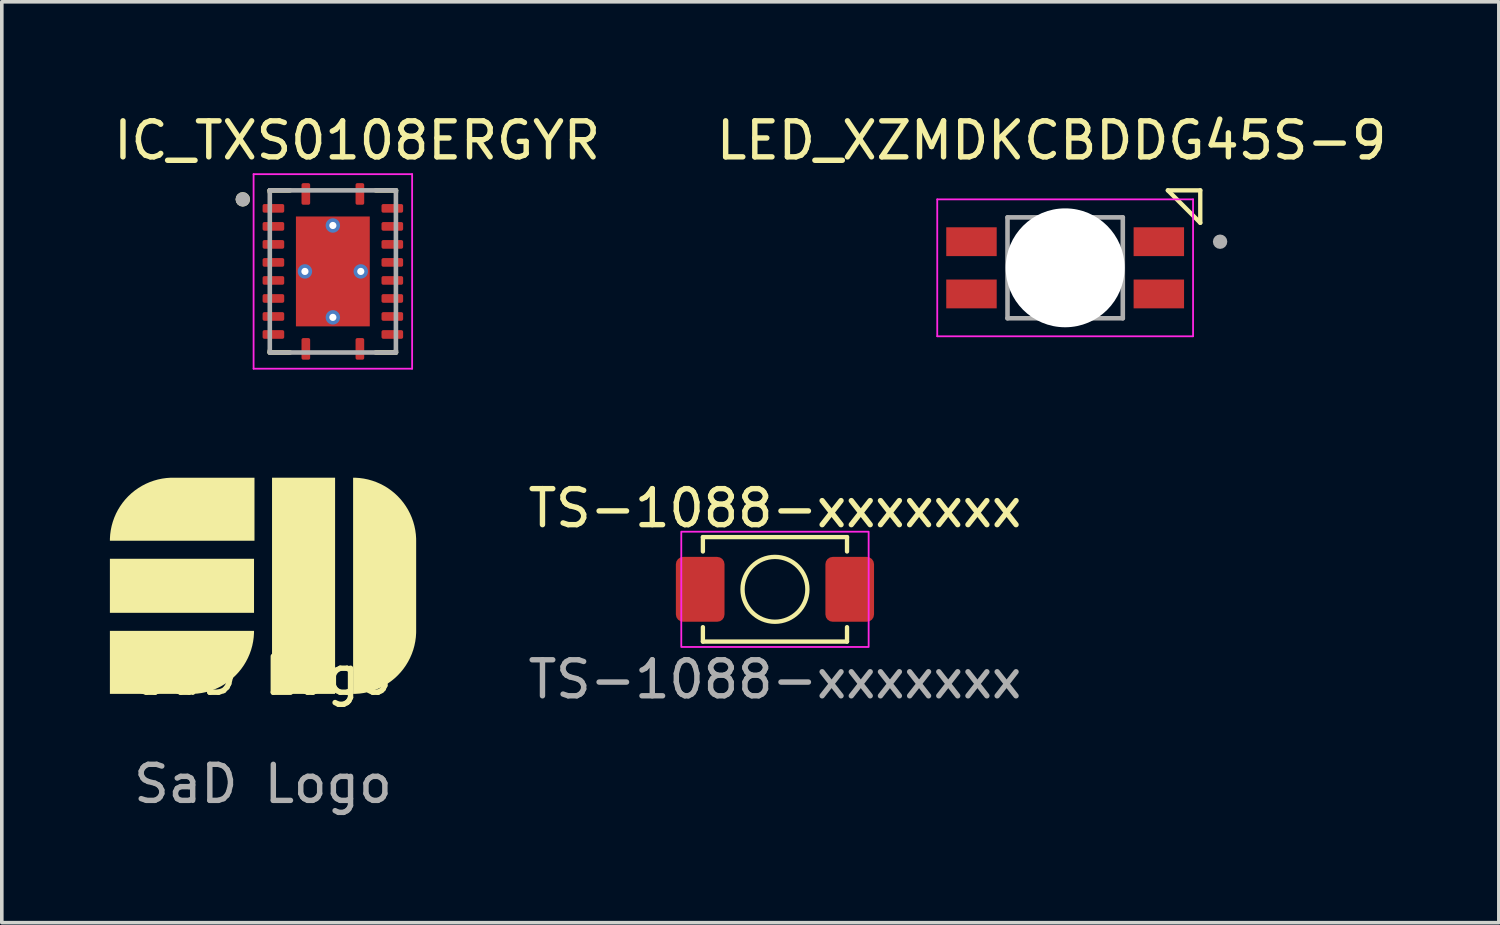
<source format=kicad_pcb>
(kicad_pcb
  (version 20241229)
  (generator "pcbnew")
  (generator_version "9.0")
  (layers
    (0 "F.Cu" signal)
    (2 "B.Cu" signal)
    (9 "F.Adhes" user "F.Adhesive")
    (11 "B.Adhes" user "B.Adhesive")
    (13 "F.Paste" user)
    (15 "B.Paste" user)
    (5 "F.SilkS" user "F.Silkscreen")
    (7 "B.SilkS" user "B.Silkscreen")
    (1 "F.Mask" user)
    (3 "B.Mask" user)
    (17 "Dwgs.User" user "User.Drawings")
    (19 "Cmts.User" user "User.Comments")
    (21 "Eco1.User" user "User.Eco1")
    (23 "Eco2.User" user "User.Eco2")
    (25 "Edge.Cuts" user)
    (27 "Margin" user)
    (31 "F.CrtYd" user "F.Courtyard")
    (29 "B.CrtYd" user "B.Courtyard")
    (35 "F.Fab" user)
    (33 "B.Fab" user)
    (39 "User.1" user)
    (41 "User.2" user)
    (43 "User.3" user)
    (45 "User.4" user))
  (footprint "TS-1088-xxxxxxx"
    (layer "F.Cu")
    (at 18.458 13.306)
    (property "Reference" "TS-1088-xxxxxxx" (at 0 -2.25 0) (unlocked yes) (layer "F.SilkS") (effects (font (size 1 1) (thickness 0.15))))
    (attr smd)
    (fp_line (start -2 -1.45) (end 2 -1.45) (stroke (width 0.12) (type solid)) (layer "F.SilkS"))
    (fp_line (start -2 -1.05) (end -2 -1.45) (stroke (width 0.12) (type default)) (layer "F.SilkS"))
    (fp_line (start -2 1.05) (end -2 1.45) (stroke (width 0.12) (type default)) (layer "F.SilkS"))
    (fp_line (start -2 1.45) (end 2 1.45) (stroke (width 0.12) (type solid)) (layer "F.SilkS"))
    (fp_line (start 2 -1.45) (end 2 -1.05) (stroke (width 0.12) (type default)) (layer "F.SilkS"))
    (fp_line (start 2 1.05) (end 2 1.45) (stroke (width 0.12) (type default)) (layer "F.SilkS"))
    (fp_circle (center 0 0) (end 0 -0.9) (stroke (width 0.12) (type solid)) (fill no) (layer "F.SilkS"))
    (fp_rect (start -2.6 -1.6) (end 2.6 1.6) (stroke (width 0.05) (type default)) (fill no) (layer "F.CrtYd"))
    (fp_text user "${REFERENCE}" (at 0 2.5 0) (unlocked yes) (layer "F.Fab") (effects (font (size 1 1) (thickness 0.15))))
    (pad "1" smd roundrect (at -2.075 0) (size 1.35 1.8) (layers "F.Cu" "F.Mask" "F.Paste") (roundrect_rratio 0.15))
    (pad "2" smd roundrect (at 2.075 0) (size 1.35 1.8) (layers "F.Cu" "F.Mask" "F.Paste") (roundrect_rratio 0.15)))
  (footprint "SaD Logo"
    (layer "F.Cu")
    (at 4.25 16.208)
    (property "Reference" "SaD Logo" (at 0 -0.5 0) (unlocked yes) (layer "F.SilkS") (effects (font (size 1 1) (thickness 0.15))))
    (attr smd)
    (fp_poly (pts (xy -0.25 -2.25) (xy -0.25 -3.75) (xy -4.25 -3.75) (xy -4.25 -2.25)) (stroke (width 0) (type solid)) (fill yes) (layer "F.SilkS"))
    (fp_poly (pts (xy 2 0) (xy 2 -6) (xy 0.25 -6) (xy 0.25 0)) (stroke (width 0) (type solid)) (fill yes) (layer "F.SilkS"))
    (fp_poly (pts (xy -0.237 -4.25) (arc (start -4.250045 -4.25) (mid -3.737469 -5.487469) (end -2.5 -6.000045)) (xy -0.237 -6)) (stroke (width 0) (type solid)) (fill yes) (layer "F.SilkS"))
    (fp_poly (pts (xy -4.25 0.000045) (xy -2 0.000045) (arc (start -2 0.000045) (mid -0.762531 -0.512531) (end -0.249955 -1.75)) (xy -4.25 -1.75) (xy -4.25 0)) (stroke (width 0) (type solid)) (fill yes) (layer "F.SilkS"))
    (fp_poly (pts (arc (start 2.5 0) (mid 3.737437 -0.512563) (end 4.25 -1.75)) (arc (start 4.25 -4.25) (mid 3.737437 -5.487437) (end 2.5 -6))) (stroke (width 0) (type solid)) (fill yes) (layer "F.SilkS"))
    (fp_text user "${REFERENCE}" (at 0 2.5 0) (unlocked yes) (layer "F.Fab") (effects (font (size 1 1) (thickness 0.15)))))
  (footprint "LED_XZMDKCBDDG45S-9"
    (layer "F.Cu")
    (at 26.512 4.383)
    (property "Reference" "LED_XZMDKCBDDG45S-9" (at -0.375 -3.535 0) (layer "F.SilkS") (effects (font (size 1 1) (thickness 0.15))))
    (attr smd)
    (fp_line (start 2.85 -2.15) (end 3.75 -1.25) (stroke (width 0.12) (type default)) (layer "F.SilkS"))
    (fp_line (start 3.75 -2.15) (end 2.85 -2.15) (stroke (width 0.12) (type default)) (layer "F.SilkS"))
    (fp_line (start 3.75 -1.25) (end 3.75 -2.15) (stroke (width 0.12) (type default)) (layer "F.SilkS"))
    (fp_line (start -3.55 -1.9) (end -3.55 1.9) (stroke (width 0.05) (type solid)) (layer "F.CrtYd"))
    (fp_line (start -3.55 1.9) (end 3.55 1.9) (stroke (width 0.05) (type solid)) (layer "F.CrtYd"))
    (fp_line (start 3.55 -1.9) (end -3.55 -1.9) (stroke (width 0.05) (type solid)) (layer "F.CrtYd"))
    (fp_line (start 3.55 1.9) (end 3.55 -1.9) (stroke (width 0.05) (type solid)) (layer "F.CrtYd"))
    (fp_line (start -1.6 -1.4) (end 1.6 -1.4) (stroke (width 0.127) (type solid)) (layer "F.Fab"))
    (fp_line (start -1.6 1.4) (end -1.6 -1.4) (stroke (width 0.127) (type solid)) (layer "F.Fab"))
    (fp_line (start 1.6 -1.4) (end 1.6 1.4) (stroke (width 0.127) (type solid)) (layer "F.Fab"))
    (fp_line (start 1.6 1.4) (end -1.6 1.4) (stroke (width 0.127) (type solid)) (layer "F.Fab"))
    (fp_circle (center 4.3 -0.725) (end 4.4 -0.725) (stroke (width 0.2) (type solid)) (fill no) (layer "F.Fab"))
    (pad "" np_thru_hole circle (at 0 0) (size 3.3 3.3) (drill 3.3) (layers "*.Cu" "*.Mask"))
    (pad "1" smd rect (at 2.6 -0.725) (size 1.4 0.8) (layers "F.Cu" "F.Mask" "F.Paste"))
    (pad "2" smd rect (at -2.6 -0.725) (size 1.4 0.8) (layers "F.Cu" "F.Mask" "F.Paste"))
    (pad "3" smd rect (at -2.6 0.725) (size 1.4 0.8) (layers "F.Cu" "F.Mask" "F.Paste"))
    (pad "4" smd rect (at 2.6 0.725) (size 1.4 0.8) (layers "F.Cu" "F.Mask" "F.Paste")))
  (footprint "IC_TXS0108ERGYR"
    (layer "F.Cu")
    (at 6.188 4.483)
    (property "Reference" "IC_TXS0108ERGYR" (at 0.675 -3.635 0) (layer "F.SilkS") (effects (font (size 1 1) (thickness 0.15))))
    (attr smd)
    (fp_line (start -1.75 -2.25) (end -1.75 -2.2) (stroke (width 0.127) (type solid)) (layer "F.SilkS"))
    (fp_line (start -1.75 -2.25) (end -1.19 -2.25) (stroke (width 0.127) (type solid)) (layer "F.SilkS"))
    (fp_line (start -1.75 2.25) (end -1.75 2.2) (stroke (width 0.127) (type solid)) (layer "F.SilkS"))
    (fp_line (start -1.75 2.25) (end -1.19 2.25) (stroke (width 0.127) (type solid)) (layer "F.SilkS"))
    (fp_line (start 1.75 -2.25) (end 1.19 -2.25) (stroke (width 0.127) (type solid)) (layer "F.SilkS"))
    (fp_line (start 1.75 -2.25) (end 1.75 -2.2) (stroke (width 0.127) (type solid)) (layer "F.SilkS"))
    (fp_line (start 1.75 2.25) (end 1.19 2.25) (stroke (width 0.127) (type solid)) (layer "F.SilkS"))
    (fp_line (start 1.75 2.25) (end 1.75 2.2) (stroke (width 0.127) (type solid)) (layer "F.SilkS"))
    (fp_circle (center -2.5 -2) (end -2.4 -2) (stroke (width 0.2) (type solid)) (fill no) (layer "F.SilkS"))
    (fp_poly (pts (xy -1.02 -1.435) (xy -0.1 -1.435) (xy -0.1 -0.105) (xy -1.02 -0.105)) (stroke (width 0.01) (type solid)) (fill yes) (layer "F.Paste"))
    (fp_poly (pts (xy -1.02 0.105) (xy -0.1 0.105) (xy -0.1 1.435) (xy -1.02 1.435)) (stroke (width 0.01) (type solid)) (fill yes) (layer "F.Paste"))
    (fp_poly (pts (xy 0.1 -1.435) (xy 1.02 -1.435) (xy 1.02 -0.105) (xy 0.1 -0.105)) (stroke (width 0.01) (type solid)) (fill yes) (layer "F.Paste"))
    (fp_poly (pts (xy 0.1 0.105) (xy 1.02 0.105) (xy 1.02 1.435) (xy 0.1 1.435)) (stroke (width 0.01) (type solid)) (fill yes) (layer "F.Paste"))
    (fp_line (start -2.2 -2.7) (end 2.2 -2.7) (stroke (width 0.05) (type solid)) (layer "F.CrtYd"))
    (fp_line (start -2.2 2.7) (end -2.2 -2.7) (stroke (width 0.05) (type solid)) (layer "F.CrtYd"))
    (fp_line (start -2.2 2.7) (end 2.2 2.7) (stroke (width 0.05) (type solid)) (layer "F.CrtYd"))
    (fp_line (start 2.2 2.7) (end 2.2 -2.7) (stroke (width 0.05) (type solid)) (layer "F.CrtYd"))
    (fp_line (start -1.75 2.25) (end -1.75 -2.25) (stroke (width 0.127) (type solid)) (layer "F.Fab"))
    (fp_line (start 1.75 -2.25) (end -1.75 -2.25) (stroke (width 0.127) (type solid)) (layer "F.Fab"))
    (fp_line (start 1.75 2.25) (end -1.75 2.25) (stroke (width 0.127) (type solid)) (layer "F.Fab"))
    (fp_line (start 1.75 2.25) (end 1.75 -2.25) (stroke (width 0.127) (type solid)) (layer "F.Fab"))
    (fp_circle (center -2.5 -2) (end -2.4 -2) (stroke (width 0.2) (type solid)) (fill no) (layer "F.Fab"))
    (pad "1" smd roundrect (at -0.75 -2.15) (size 0.24 0.6) (layers "F.Cu" "F.Mask" "F.Paste") (roundrect_rratio 0.2))
    (pad "2" smd roundrect (at -1.65 -1.75) (size 0.6 0.24) (layers "F.Cu" "F.Mask" "F.Paste") (roundrect_rratio 0.2))
    (pad "3" smd roundrect (at -1.65 -1.25) (size 0.6 0.24) (layers "F.Cu" "F.Mask" "F.Paste") (roundrect_rratio 0.2))
    (pad "4" smd roundrect (at -1.65 -0.75) (size 0.6 0.24) (layers "F.Cu" "F.Mask" "F.Paste") (roundrect_rratio 0.2))
    (pad "5" smd roundrect (at -1.65 -0.25) (size 0.6 0.24) (layers "F.Cu" "F.Mask" "F.Paste") (roundrect_rratio 0.2))
    (pad "6" smd roundrect (at -1.65 0.25) (size 0.6 0.24) (layers "F.Cu" "F.Mask" "F.Paste") (roundrect_rratio 0.2))
    (pad "7" smd roundrect (at -1.65 0.75) (size 0.6 0.24) (layers "F.Cu" "F.Mask" "F.Paste") (roundrect_rratio 0.2))
    (pad "8" smd roundrect (at -1.65 1.25) (size 0.6 0.24) (layers "F.Cu" "F.Mask" "F.Paste") (roundrect_rratio 0.2))
    (pad "9" smd roundrect (at -1.65 1.75) (size 0.6 0.24) (layers "F.Cu" "F.Mask" "F.Paste") (roundrect_rratio 0.2))
    (pad "10" smd roundrect (at -0.75 2.15) (size 0.24 0.6) (layers "F.Cu" "F.Mask" "F.Paste") (roundrect_rratio 0.2))
    (pad "11" smd roundrect (at 0.75 2.15) (size 0.24 0.6) (layers "F.Cu" "F.Mask" "F.Paste") (roundrect_rratio 0.2))
    (pad "12" smd roundrect (at 1.65 1.75) (size 0.6 0.24) (layers "F.Cu" "F.Mask" "F.Paste") (roundrect_rratio 0.2))
    (pad "13" smd roundrect (at 1.65 1.25) (size 0.6 0.24) (layers "F.Cu" "F.Mask" "F.Paste") (roundrect_rratio 0.2))
    (pad "14" smd roundrect (at 1.65 0.75) (size 0.6 0.24) (layers "F.Cu" "F.Mask" "F.Paste") (roundrect_rratio 0.2))
    (pad "15" smd roundrect (at 1.65 0.25) (size 0.6 0.24) (layers "F.Cu" "F.Mask" "F.Paste") (roundrect_rratio 0.2))
    (pad "16" smd roundrect (at 1.65 -0.25) (size 0.6 0.24) (layers "F.Cu" "F.Mask" "F.Paste") (roundrect_rratio 0.2))
    (pad "17" smd roundrect (at 1.65 -0.75) (size 0.6 0.24) (layers "F.Cu" "F.Mask" "F.Paste") (roundrect_rratio 0.2))
    (pad "18" smd roundrect (at 1.65 -1.25) (size 0.6 0.24) (layers "F.Cu" "F.Mask" "F.Paste") (roundrect_rratio 0.2))
    (pad "19" smd roundrect (at 1.65 -1.75) (size 0.6 0.24) (layers "F.Cu" "F.Mask" "F.Paste") (roundrect_rratio 0.2))
    (pad "20" smd roundrect (at 0.75 -2.15) (size 0.24 0.6) (layers "F.Cu" "F.Mask" "F.Paste") (roundrect_rratio 0.2))
    (pad "21" smd rect (at 0 0) (size 2.05 3.05) (layers "F.Cu" "F.Mask"))
    (pad "22" thru_hole circle (at 0 -1.275) (size 0.4 0.4) (drill 0.2) (layers "*.Cu"))
    (pad "23" thru_hole circle (at -0.775 0) (size 0.4 0.4) (drill 0.2) (layers "*.Cu"))
    (pad "24" thru_hole circle (at 0.775 0) (size 0.4 0.4) (drill 0.2) (layers "*.Cu"))
    (pad "25" thru_hole circle (at 0 1.275) (size 0.4 0.4) (drill 0.2) (layers "*.Cu")))
  (gr_rect
    (start -3 -3)
    (end 38.548 22.557)
    (stroke (width 0.1) (type default))
    (fill no)
    (layer "Edge.Cuts")))
</source>
